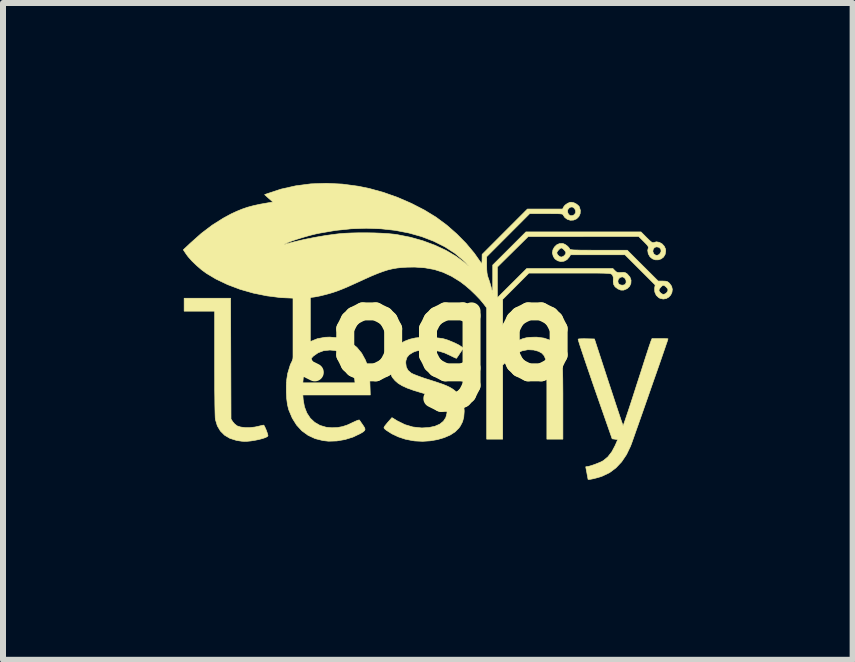
<source format=kicad_pcb>
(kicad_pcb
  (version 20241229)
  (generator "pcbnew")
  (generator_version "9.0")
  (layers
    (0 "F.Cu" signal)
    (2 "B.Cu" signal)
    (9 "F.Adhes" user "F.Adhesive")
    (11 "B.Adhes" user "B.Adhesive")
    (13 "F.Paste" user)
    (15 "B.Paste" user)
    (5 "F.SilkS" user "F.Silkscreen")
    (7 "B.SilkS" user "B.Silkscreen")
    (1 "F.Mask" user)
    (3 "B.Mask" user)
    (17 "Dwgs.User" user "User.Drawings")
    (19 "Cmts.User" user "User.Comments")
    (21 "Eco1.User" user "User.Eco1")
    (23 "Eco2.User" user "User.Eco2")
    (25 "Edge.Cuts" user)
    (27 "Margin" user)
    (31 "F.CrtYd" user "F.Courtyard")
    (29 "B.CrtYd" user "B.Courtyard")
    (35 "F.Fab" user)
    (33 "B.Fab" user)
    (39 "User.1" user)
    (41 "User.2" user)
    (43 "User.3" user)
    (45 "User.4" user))
  (footprint "logo"
    (layer "F.Cu")
    (at 4.083 2.466)
    (property "Reference" "logo" (at 0 0 0) (layer "F.SilkS") (effects (font (size 1.524 1.524) (thickness 0.3))))
    (attr through_hole)
    (fp_poly (pts (xy -3.283 1.467) (xy -3.254 1.513) (xy -3.223 1.549) (xy -3.185 1.579) (xy -3.178 1.583) (xy -3.121 1.601) (xy -3.048 1.61) (xy -2.967 1.61) (xy -2.885 1.601) (xy -2.842 1.592) (xy -2.796 1.581) (xy -2.759 1.572) (xy -2.74 1.569) (xy -2.739 1.569) (xy -2.73 1.579) (xy -2.716 1.607) (xy -2.699 1.645) (xy -2.684 1.685) (xy -2.672 1.721) (xy -2.667 1.745) (xy -2.667 1.747) (xy -2.679 1.761) (xy -2.711 1.777) (xy -2.759 1.793) (xy -2.819 1.809) (xy -2.884 1.822) (xy -2.952 1.833) (xy -3.016 1.839) (xy -3.061 1.84) (xy -3.106 1.837) (xy -3.161 1.829) (xy -3.195 1.823) (xy -3.302 1.789) (xy -3.39 1.737) (xy -3.46 1.667) (xy -3.511 1.581) (xy -3.542 1.479) (xy -3.543 1.474) (xy -3.546 1.447) (xy -3.548 1.396) (xy -3.55 1.322) (xy -3.552 1.227) (xy -3.553 1.112) (xy -3.555 0.978) (xy -3.555 0.827) (xy -3.556 0.659) (xy -3.556 0.538) (xy -3.556 -0.33) (xy -4.064 -0.33) (xy -4.064 -0.546) (xy -3.29 -0.546) (xy -3.283 1.467)) (stroke (width 0.01) (type solid)) (fill yes) (layer "F.SilkS"))
    (fp_poly (pts (xy -1.505 0.113) (xy -1.385 0.145) (xy -1.278 0.199) (xy -1.185 0.274) (xy -1.106 0.37) (xy -1.042 0.487) (xy -1.003 0.591) (xy -0.991 0.635) (xy -0.982 0.683) (xy -0.975 0.739) (xy -0.971 0.811) (xy -0.968 0.873) (xy -0.962 1.067) (xy -2.086 1.067) (xy -2.08 1.146) (xy -2.059 1.264) (xy -2.019 1.367) (xy -1.962 1.454) (xy -1.888 1.523) (xy -1.8 1.574) (xy -1.698 1.604) (xy -1.601 1.613) (xy -1.508 1.609) (xy -1.426 1.594) (xy -1.344 1.567) (xy -1.258 1.527) (xy -1.211 1.505) (xy -1.173 1.489) (xy -1.149 1.483) (xy -1.144 1.484) (xy -1.133 1.499) (xy -1.113 1.529) (xy -1.087 1.566) (xy -1.06 1.607) (xy -1.049 1.636) (xy -1.056 1.659) (xy -1.082 1.682) (xy -1.125 1.708) (xy -1.248 1.767) (xy -1.382 1.809) (xy -1.521 1.833) (xy -1.658 1.837) (xy -1.749 1.827) (xy -1.881 1.794) (xy -1.999 1.739) (xy -2.102 1.664) (xy -2.19 1.568) (xy -2.262 1.453) (xy -2.319 1.318) (xy -2.324 1.302) (xy -2.343 1.223) (xy -2.355 1.127) (xy -2.361 1.021) (xy -2.361 0.912) (xy -2.358 0.864) (xy -2.086 0.864) (xy -1.216 0.864) (xy -1.225 0.774) (xy -1.245 0.655) (xy -1.28 0.551) (xy -1.33 0.466) (xy -1.393 0.4) (xy -1.414 0.385) (xy -1.482 0.346) (xy -1.55 0.325) (xy -1.63 0.318) (xy -1.641 0.318) (xy -1.741 0.329) (xy -1.831 0.363) (xy -1.91 0.418) (xy -1.977 0.491) (xy -2.028 0.582) (xy -2.063 0.687) (xy -2.079 0.782) (xy -2.086 0.864) (xy -2.358 0.864) (xy -2.354 0.808) (xy -2.34 0.716) (xy -2.337 0.703) (xy -2.294 0.561) (xy -2.233 0.437) (xy -2.157 0.33) (xy -2.066 0.243) (xy -1.961 0.176) (xy -1.844 0.129) (xy -1.715 0.105) (xy -1.639 0.102) (xy -1.505 0.113)) (stroke (width 0.01) (type solid)) (fill yes) (layer "F.SilkS"))
    (fp_poly (pts (xy 2.253 -1.456) (xy 2.285 -1.442) (xy 2.318 -1.419) (xy 2.346 -1.392) (xy 2.361 -1.369) (xy 2.362 -1.364) (xy 2.365 -1.359) (xy 2.377 -1.356) (xy 2.398 -1.353) (xy 2.432 -1.35) (xy 2.481 -1.349) (xy 2.547 -1.347) (xy 2.631 -1.347) (xy 2.738 -1.346) (xy 2.842 -1.346) (xy 3.321 -1.346) (xy 3.578 -1.089) (xy 3.836 -0.832) (xy 3.911 -0.832) (xy 3.957 -0.83) (xy 3.986 -0.824) (xy 4.01 -0.808) (xy 4.026 -0.793) (xy 4.06 -0.745) (xy 4.072 -0.695) (xy 4.066 -0.645) (xy 4.045 -0.6) (xy 4.012 -0.564) (xy 3.969 -0.54) (xy 3.92 -0.532) (xy 3.867 -0.544) (xy 3.845 -0.556) (xy 3.804 -0.595) (xy 3.78 -0.649) (xy 3.778 -0.68) (xy 3.848 -0.68) (xy 3.859 -0.653) (xy 3.884 -0.627) (xy 3.914 -0.611) (xy 3.924 -0.61) (xy 3.952 -0.618) (xy 3.975 -0.635) (xy 3.994 -0.662) (xy 4 -0.685) (xy 3.991 -0.708) (xy 3.968 -0.734) (xy 3.941 -0.755) (xy 3.922 -0.762) (xy 3.903 -0.753) (xy 3.879 -0.73) (xy 3.858 -0.703) (xy 3.848 -0.681) (xy 3.848 -0.68) (xy 3.778 -0.68) (xy 3.777 -0.709) (xy 3.777 -0.715) (xy 3.786 -0.767) (xy 3.534 -1.019) (xy 3.283 -1.27) (xy 2.376 -1.27) (xy 2.355 -1.234) (xy 2.316 -1.189) (xy 2.267 -1.163) (xy 2.213 -1.157) (xy 2.161 -1.17) (xy 2.116 -1.201) (xy 2.088 -1.243) (xy 2.074 -1.297) (xy 2.075 -1.302) (xy 2.146 -1.302) (xy 2.157 -1.275) (xy 2.182 -1.249) (xy 2.212 -1.233) (xy 2.223 -1.232) (xy 2.25 -1.241) (xy 2.273 -1.257) (xy 2.292 -1.283) (xy 2.299 -1.302) (xy 2.29 -1.324) (xy 2.269 -1.351) (xy 2.244 -1.374) (xy 2.223 -1.384) (xy 2.223 -1.384) (xy 2.202 -1.375) (xy 2.177 -1.352) (xy 2.156 -1.325) (xy 2.146 -1.303) (xy 2.146 -1.302) (xy 2.075 -1.302) (xy 2.081 -1.35) (xy 2.106 -1.397) (xy 2.143 -1.434) (xy 2.19 -1.456) (xy 2.243 -1.458) (xy 2.253 -1.456)) (stroke (width 0.01) (type solid)) (fill yes) (layer "F.SilkS"))
    (fp_poly (pts (xy 3.921 0.127) (xy 3.965 0.128) (xy 3.993 0.13) (xy 4 0.131) (xy 3.996 0.145) (xy 3.985 0.18) (xy 3.966 0.234) (xy 3.942 0.305) (xy 3.912 0.392) (xy 3.878 0.491) (xy 3.84 0.6) (xy 3.799 0.717) (xy 3.756 0.839) (xy 3.712 0.965) (xy 3.668 1.092) (xy 3.624 1.218) (xy 3.581 1.341) (xy 3.54 1.457) (xy 3.502 1.566) (xy 3.467 1.664) (xy 3.437 1.75) (xy 3.412 1.821) (xy 3.393 1.874) (xy 3.38 1.908) (xy 3.377 1.917) (xy 3.309 2.059) (xy 3.227 2.181) (xy 3.132 2.282) (xy 3.025 2.362) (xy 2.905 2.419) (xy 2.871 2.431) (xy 2.812 2.448) (xy 2.758 2.462) (xy 2.712 2.471) (xy 2.68 2.475) (xy 2.667 2.473) (xy 2.667 2.472) (xy 2.665 2.458) (xy 2.659 2.425) (xy 2.65 2.379) (xy 2.648 2.366) (xy 2.639 2.32) (xy 2.632 2.284) (xy 2.629 2.265) (xy 2.629 2.264) (xy 2.639 2.261) (xy 2.647 2.261) (xy 2.678 2.256) (xy 2.724 2.243) (xy 2.779 2.224) (xy 2.835 2.202) (xy 2.885 2.181) (xy 2.922 2.161) (xy 2.922 2.161) (xy 2.998 2.098) (xy 3.065 2.011) (xy 3.119 1.909) (xy 3.162 1.81) (xy 3.069 1.797) (xy 2.781 0.972) (xy 2.733 0.833) (xy 2.688 0.701) (xy 2.646 0.579) (xy 2.608 0.467) (xy 2.575 0.368) (xy 2.547 0.285) (xy 2.525 0.218) (xy 2.51 0.169) (xy 2.503 0.142) (xy 2.502 0.136) (xy 2.517 0.132) (xy 2.553 0.13) (xy 2.602 0.129) (xy 2.642 0.13) (xy 2.774 0.133) (xy 3.009 0.853) (xy 3.052 0.983) (xy 3.092 1.105) (xy 3.129 1.218) (xy 3.163 1.32) (xy 3.192 1.407) (xy 3.216 1.479) (xy 3.235 1.533) (xy 3.247 1.568) (xy 3.251 1.58) (xy 3.256 1.569) (xy 3.268 1.536) (xy 3.286 1.484) (xy 3.31 1.413) (xy 3.339 1.327) (xy 3.372 1.227) (xy 3.408 1.116) (xy 3.447 0.995) (xy 3.478 0.898) (xy 3.52 0.769) (xy 3.559 0.648) (xy 3.595 0.535) (xy 3.628 0.432) (xy 3.657 0.344) (xy 3.681 0.27) (xy 3.7 0.215) (xy 3.712 0.18) (xy 3.716 0.168) (xy 3.733 0.127) (xy 3.867 0.127) (xy 3.921 0.127)) (stroke (width 0.01) (type solid)) (fill yes) (layer "F.SilkS"))
    (fp_poly (pts (xy 0.032 0.106) (xy 0.109 0.11) (xy 0.181 0.118) (xy 0.241 0.126) (xy 0.273 0.134) (xy 0.331 0.152) (xy 0.395 0.178) (xy 0.459 0.206) (xy 0.514 0.234) (xy 0.553 0.259) (xy 0.558 0.263) (xy 0.588 0.288) (xy 0.533 0.369) (xy 0.507 0.409) (xy 0.486 0.439) (xy 0.475 0.455) (xy 0.475 0.456) (xy 0.463 0.452) (xy 0.433 0.439) (xy 0.392 0.419) (xy 0.37 0.408) (xy 0.276 0.365) (xy 0.185 0.337) (xy 0.09 0.322) (xy -0.019 0.319) (xy -0.044 0.32) (xy -0.111 0.322) (xy -0.159 0.327) (xy -0.196 0.335) (xy -0.23 0.347) (xy -0.254 0.358) (xy -0.314 0.396) (xy -0.351 0.441) (xy -0.369 0.498) (xy -0.371 0.532) (xy -0.362 0.601) (xy -0.333 0.656) (xy -0.281 0.701) (xy -0.271 0.707) (xy -0.241 0.721) (xy -0.191 0.741) (xy -0.126 0.765) (xy -0.052 0.791) (xy 0.028 0.816) (xy 0.037 0.819) (xy 0.145 0.854) (xy 0.231 0.883) (xy 0.301 0.91) (xy 0.357 0.936) (xy 0.402 0.962) (xy 0.441 0.99) (xy 0.478 1.022) (xy 0.489 1.034) (xy 0.541 1.094) (xy 0.576 1.159) (xy 0.595 1.234) (xy 0.603 1.325) (xy 0.603 1.346) (xy 0.596 1.436) (xy 0.576 1.512) (xy 0.54 1.582) (xy 0.514 1.619) (xy 0.452 1.681) (xy 0.37 1.734) (xy 0.271 1.777) (xy 0.159 1.81) (xy 0.037 1.831) (xy -0.089 1.839) (xy -0.218 1.833) (xy -0.26 1.827) (xy -0.379 1.803) (xy -0.496 1.764) (xy -0.602 1.714) (xy -0.692 1.656) (xy -0.704 1.647) (xy -0.728 1.626) (xy -0.734 1.611) (xy -0.725 1.593) (xy -0.721 1.586) (xy -0.7 1.559) (xy -0.671 1.524) (xy -0.65 1.5) (xy -0.601 1.444) (xy -0.514 1.497) (xy -0.385 1.561) (xy -0.253 1.6) (xy -0.115 1.615) (xy -0.101 1.616) (xy 0.016 1.609) (xy 0.115 1.588) (xy 0.196 1.553) (xy 0.257 1.504) (xy 0.297 1.443) (xy 0.316 1.37) (xy 0.318 1.342) (xy 0.314 1.287) (xy 0.301 1.241) (xy 0.278 1.201) (xy 0.241 1.165) (xy 0.189 1.133) (xy 0.118 1.102) (xy 0.028 1.07) (xy -0.085 1.036) (xy -0.107 1.03) (xy -0.236 0.991) (xy -0.342 0.953) (xy -0.428 0.914) (xy -0.496 0.873) (xy -0.549 0.827) (xy -0.591 0.777) (xy -0.603 0.757) (xy -0.633 0.684) (xy -0.648 0.599) (xy -0.648 0.509) (xy -0.633 0.425) (xy -0.612 0.373) (xy -0.577 0.321) (xy -0.525 0.267) (xy -0.465 0.217) (xy -0.403 0.178) (xy -0.388 0.17) (xy -0.302 0.137) (xy -0.21 0.116) (xy -0.107 0.106) (xy 0.013 0.105) (xy 0.032 0.106)) (stroke (width 0.01) (type solid)) (fill yes) (layer "F.SilkS"))
    (fp_poly (pts (xy -1.427 -2.448) (xy -1.159 -2.412) (xy -0.972 -2.373) (xy -0.738 -2.308) (xy -0.504 -2.225) (xy -0.276 -2.126) (xy -0.06 -2.015) (xy 0.138 -1.894) (xy 0.144 -1.889) (xy 0.315 -1.762) (xy 0.48 -1.617) (xy 0.634 -1.461) (xy 0.771 -1.297) (xy 0.885 -1.135) (xy 0.893 -1.126) (xy 0.898 -1.133) (xy 0.9 -1.16) (xy 0.901 -1.194) (xy 0.902 -1.276) (xy 1.279 -1.654) (xy 1.608 -1.983) (xy 2.325 -1.983) (xy 2.341 -1.946) (xy 2.345 -1.941) (xy 2.376 -1.92) (xy 2.411 -1.924) (xy 2.436 -1.937) (xy 2.459 -1.967) (xy 2.461 -2.004) (xy 2.443 -2.04) (xy 2.438 -2.045) (xy 2.409 -2.066) (xy 2.38 -2.066) (xy 2.352 -2.05) (xy 2.329 -2.021) (xy 2.325 -1.983) (xy 1.608 -1.983) (xy 1.657 -2.032) (xy 2.244 -2.032) (xy 2.258 -2.064) (xy 2.284 -2.097) (xy 2.324 -2.126) (xy 2.366 -2.144) (xy 2.386 -2.146) (xy 2.432 -2.137) (xy 2.478 -2.113) (xy 2.513 -2.082) (xy 2.522 -2.069) (xy 2.539 -2.011) (xy 2.536 -1.956) (xy 2.514 -1.907) (xy 2.476 -1.869) (xy 2.426 -1.848) (xy 2.372 -1.845) (xy 2.322 -1.861) (xy 2.281 -1.891) (xy 2.255 -1.929) (xy 2.254 -1.932) (xy 2.25 -1.94) (xy 2.241 -1.946) (xy 2.225 -1.95) (xy 2.197 -1.953) (xy 2.156 -1.955) (xy 2.097 -1.955) (xy 2.017 -1.956) (xy 1.971 -1.956) (xy 1.695 -1.956) (xy 0.978 -1.238) (xy 0.978 -1.096) (xy 0.979 -1.025) (xy 0.983 -0.972) (xy 0.99 -0.929) (xy 1.002 -0.889) (xy 1.006 -0.88) (xy 1.024 -0.827) (xy 1.043 -0.765) (xy 1.056 -0.718) (xy 1.078 -0.629) (xy 1.079 -0.864) (xy 1.079 -1.099) (xy 1.356 -1.375) (xy 1.632 -1.651) (xy 2.591 -1.651) (xy 3.55 -1.651) (xy 3.644 -1.556) (xy 3.688 -1.513) (xy 3.719 -1.486) (xy 3.74 -1.473) (xy 3.755 -1.472) (xy 3.761 -1.474) (xy 3.807 -1.486) (xy 3.856 -1.477) (xy 3.901 -1.452) (xy 3.937 -1.413) (xy 3.959 -1.365) (xy 3.962 -1.334) (xy 3.952 -1.276) (xy 3.925 -1.231) (xy 3.885 -1.201) (xy 3.838 -1.186) (xy 3.788 -1.186) (xy 3.741 -1.202) (xy 3.7 -1.236) (xy 3.671 -1.287) (xy 3.67 -1.291) (xy 3.665 -1.323) (xy 3.747 -1.323) (xy 3.762 -1.288) (xy 3.768 -1.281) (xy 3.8 -1.26) (xy 3.835 -1.264) (xy 3.861 -1.283) (xy 3.883 -1.319) (xy 3.883 -1.356) (xy 3.861 -1.386) (xy 3.838 -1.398) (xy 3.801 -1.402) (xy 3.771 -1.387) (xy 3.752 -1.358) (xy 3.747 -1.323) (xy 3.665 -1.323) (xy 3.662 -1.344) (xy 3.668 -1.37) (xy 3.673 -1.388) (xy 3.67 -1.405) (xy 3.658 -1.425) (xy 3.634 -1.452) (xy 3.596 -1.491) (xy 3.511 -1.575) (xy 1.67 -1.574) (xy 1.413 -1.32) (xy 1.156 -1.066) (xy 1.156 -0.553) (xy 1.401 -0.797) (xy 1.646 -1.041) (xy 3.081 -1.041) (xy 3.116 -1.005) (xy 3.139 -0.984) (xy 3.162 -0.975) (xy 3.195 -0.973) (xy 3.217 -0.975) (xy 3.26 -0.977) (xy 3.289 -0.971) (xy 3.316 -0.954) (xy 3.324 -0.947) (xy 3.365 -0.899) (xy 3.384 -0.846) (xy 3.381 -0.792) (xy 3.359 -0.744) (xy 3.318 -0.705) (xy 3.261 -0.681) (xy 3.214 -0.681) (xy 3.165 -0.701) (xy 3.121 -0.734) (xy 3.113 -0.744) (xy 3.095 -0.774) (xy 3.088 -0.807) (xy 3.088 -0.831) (xy 3.164 -0.831) (xy 3.171 -0.796) (xy 3.182 -0.782) (xy 3.212 -0.766) (xy 3.249 -0.763) (xy 3.281 -0.773) (xy 3.287 -0.777) (xy 3.302 -0.808) (xy 3.3 -0.844) (xy 3.283 -0.877) (xy 3.254 -0.898) (xy 3.235 -0.902) (xy 3.199 -0.891) (xy 3.174 -0.865) (xy 3.164 -0.831) (xy 3.088 -0.831) (xy 3.088 -0.846) (xy 3.088 -0.892) (xy 3.08 -0.922) (xy 3.068 -0.938) (xy 3.063 -0.944) (xy 3.055 -0.949) (xy 3.045 -0.953) (xy 3.029 -0.957) (xy 3.005 -0.959) (xy 2.972 -0.961) (xy 2.927 -0.963) (xy 2.869 -0.964) (xy 2.794 -0.965) (xy 2.701 -0.965) (xy 2.589 -0.965) (xy 2.454 -0.965) (xy 2.363 -0.965) (xy 1.682 -0.965) (xy 1.464 -0.746) (xy 1.245 -0.527) (xy 1.245 0.35) (xy 1.315 0.284) (xy 1.391 0.223) (xy 1.48 0.171) (xy 1.572 0.131) (xy 1.634 0.114) (xy 1.682 0.107) (xy 1.743 0.104) (xy 1.807 0.103) (xy 1.822 0.104) (xy 1.934 0.119) (xy 2.029 0.152) (xy 2.106 0.205) (xy 2.167 0.276) (xy 2.211 0.366) (xy 2.236 0.466) (xy 2.238 0.493) (xy 2.24 0.543) (xy 2.242 0.613) (xy 2.244 0.699) (xy 2.246 0.8) (xy 2.247 0.913) (xy 2.248 1.034) (xy 2.248 1.16) (xy 2.248 1.172) (xy 2.248 1.803) (xy 1.981 1.803) (xy 1.981 1.171) (xy 1.981 1.022) (xy 1.981 0.897) (xy 1.98 0.792) (xy 1.979 0.707) (xy 1.977 0.638) (xy 1.975 0.584) (xy 1.973 0.542) (xy 1.97 0.511) (xy 1.966 0.488) (xy 1.962 0.475) (xy 1.937 0.414) (xy 1.898 0.37) (xy 1.842 0.339) (xy 1.766 0.318) (xy 1.762 0.317) (xy 1.665 0.312) (xy 1.568 0.331) (xy 1.471 0.375) (xy 1.376 0.442) (xy 1.331 0.483) (xy 1.245 0.568) (xy 1.245 1.803) (xy 0.978 1.803) (xy 0.978 -0.385) (xy 0.924 -0.456) (xy 0.865 -0.527) (xy 0.79 -0.605) (xy 0.708 -0.684) (xy 0.623 -0.757) (xy 0.543 -0.818) (xy 0.533 -0.825) (xy 0.392 -0.912) (xy 0.251 -0.978) (xy 0.104 -1.025) (xy -0.052 -1.053) (xy -0.221 -1.065) (xy -0.348 -1.063) (xy -0.433 -1.058) (xy -0.512 -1.05) (xy -0.588 -1.037) (xy -0.665 -1.019) (xy -0.746 -0.993) (xy -0.836 -0.96) (xy -0.938 -0.918) (xy -1.056 -0.865) (xy -1.143 -0.825) (xy -1.26 -0.772) (xy -1.358 -0.728) (xy -1.443 -0.693) (xy -1.519 -0.664) (xy -1.59 -0.64) (xy -1.662 -0.619) (xy -1.695 -0.61) (xy -1.799 -0.584) (xy -1.895 -0.566) (xy -1.989 -0.555) (xy -2.092 -0.548) (xy -2.211 -0.546) (xy -2.223 -0.546) (xy -2.453 -0.556) (xy -2.683 -0.585) (xy -2.91 -0.631) (xy -3.131 -0.694) (xy -3.34 -0.773) (xy -3.535 -0.866) (xy -3.692 -0.96) (xy -3.774 -1.02) (xy -3.856 -1.091) (xy -3.933 -1.165) (xy -3.998 -1.238) (xy -4.031 -1.283) (xy -4.078 -1.353) (xy -3.984 -1.441) (xy -2.4 -1.441) (xy -2.394 -1.442) (xy -2.236 -1.484) (xy -2.062 -1.525) (xy -1.88 -1.561) (xy -1.699 -1.592) (xy -1.527 -1.615) (xy -1.483 -1.62) (xy -1.387 -1.628) (xy -1.275 -1.633) (xy -1.151 -1.636) (xy -1.023 -1.636) (xy -0.895 -1.634) (xy -0.772 -1.629) (xy -0.661 -1.622) (xy -0.566 -1.613) (xy -0.521 -1.607) (xy -0.298 -1.563) (xy -0.085 -1.503) (xy 0.115 -1.429) (xy 0.3 -1.343) (xy 0.466 -1.245) (xy 0.586 -1.157) (xy 0.627 -1.124) (xy 0.66 -1.098) (xy 0.681 -1.083) (xy 0.686 -1.081) (xy 0.68 -1.089) (xy 0.659 -1.11) (xy 0.627 -1.142) (xy 0.598 -1.169) (xy 0.449 -1.294) (xy 0.281 -1.403) (xy 0.095 -1.496) (xy -0.105 -1.573) (xy -0.319 -1.633) (xy -0.546 -1.677) (xy -0.783 -1.703) (xy -1.029 -1.712) (xy -1.282 -1.703) (xy -1.541 -1.676) (xy -1.803 -1.631) (xy -1.867 -1.618) (xy -1.945 -1.599) (xy -2.032 -1.575) (xy -2.12 -1.549) (xy -2.205 -1.522) (xy -2.28 -1.496) (xy -2.34 -1.473) (xy -2.369 -1.46) (xy -2.393 -1.447) (xy -2.4 -1.441) (xy -3.984 -1.441) (xy -3.96 -1.464) (xy -3.778 -1.626) (xy -3.596 -1.764) (xy -3.412 -1.88) (xy -3.283 -1.95) (xy -3.188 -1.994) (xy -3.098 -2.031) (xy -3.008 -2.062) (xy -2.911 -2.088) (xy -2.802 -2.112) (xy -2.676 -2.134) (xy -2.629 -2.142) (xy -2.584 -2.149) (xy -2.654 -2.21) (xy -2.723 -2.272) (xy -2.686 -2.286) (xy -2.45 -2.364) (xy -2.205 -2.419) (xy -1.952 -2.452) (xy -1.692 -2.461) (xy -1.427 -2.448)) (stroke (width 0.01) (type solid)) (fill yes) (layer "F.SilkS")))
  (gr_rect
    (start -3 -3)
    (end 11.16 7.946)
    (stroke (width 0.1) (type default))
    (fill no)
    (layer "Edge.Cuts")))
</source>
